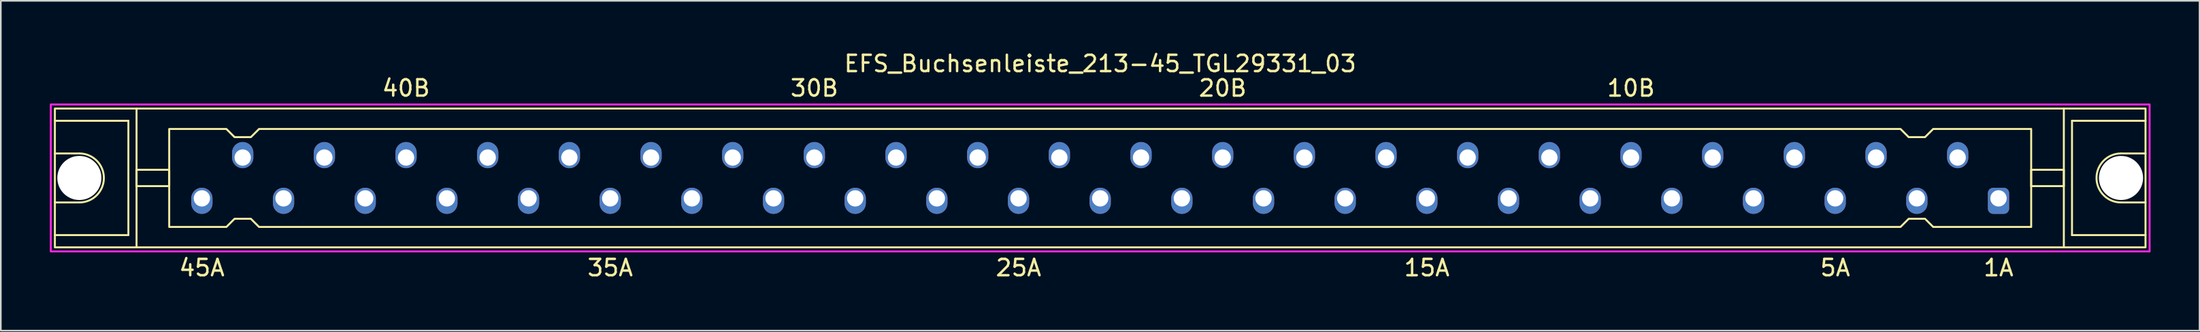
<source format=kicad_pcb>
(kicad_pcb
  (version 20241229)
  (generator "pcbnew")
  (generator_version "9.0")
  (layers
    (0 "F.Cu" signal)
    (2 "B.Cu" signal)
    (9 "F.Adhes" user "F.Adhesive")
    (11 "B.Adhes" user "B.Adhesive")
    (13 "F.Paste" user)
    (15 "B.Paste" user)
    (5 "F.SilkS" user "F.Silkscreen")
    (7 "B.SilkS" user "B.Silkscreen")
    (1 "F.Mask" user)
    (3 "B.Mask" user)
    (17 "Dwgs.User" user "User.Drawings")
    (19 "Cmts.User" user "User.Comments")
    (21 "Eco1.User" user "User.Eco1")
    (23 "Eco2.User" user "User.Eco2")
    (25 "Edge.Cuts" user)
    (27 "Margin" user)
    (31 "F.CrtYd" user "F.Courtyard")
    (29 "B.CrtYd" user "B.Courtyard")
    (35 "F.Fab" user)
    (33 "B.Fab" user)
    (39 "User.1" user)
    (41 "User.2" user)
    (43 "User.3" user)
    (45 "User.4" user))
  (footprint "EFS_Buchsenleiste_213-45_TGL29331_03"
    (layer "F.Cu")
    (at 64.31 7.848)
    (property "Reference" "EFS_Buchsenleiste_213-45_TGL29331_03" (at 0 -7 180) (layer "F.SilkS") (effects (font (size 1 1) (thickness 0.15))))
    (attr through_hole)
    (fp_line (start -64 -3.5) (end -59.5 -3.5) (stroke (width 0.12) (type solid)) (layer "F.SilkS"))
    (fp_line (start -62.5 -1.5) (end -64 -1.5) (stroke (width 0.12) (type solid)) (layer "F.SilkS"))
    (fp_line (start -62.5 1.5) (end -64 1.5) (stroke (width 0.12) (type solid)) (layer "F.SilkS"))
    (fp_line (start -59.5 -3.5) (end -59.5 3.5) (stroke (width 0.12) (type solid)) (layer "F.SilkS"))
    (fp_line (start -59.5 3.5) (end -64 3.5) (stroke (width 0.12) (type solid)) (layer "F.SilkS"))
    (fp_line (start -59 4.25) (end -59 -4.25) (stroke (width 0.12) (type solid)) (layer "F.SilkS"))
    (fp_line (start 59 4.25) (end 59 -4.25) (stroke (width 0.12) (type solid)) (layer "F.SilkS"))
    (fp_line (start 59.5 -3.5) (end 59.5 3.5) (stroke (width 0.12) (type solid)) (layer "F.SilkS"))
    (fp_line (start 59.5 3.5) (end 64 3.5) (stroke (width 0.12) (type solid)) (layer "F.SilkS"))
    (fp_line (start 62.5 -1.5) (end 64 -1.5) (stroke (width 0.12) (type solid)) (layer "F.SilkS"))
    (fp_line (start 62.5 1.5) (end 64 1.5) (stroke (width 0.12) (type solid)) (layer "F.SilkS"))
    (fp_line (start 64 -3.5) (end 59.5 -3.5) (stroke (width 0.12) (type solid)) (layer "F.SilkS"))
    (fp_rect (start -64 -4.25) (end 64 4.25) (stroke (width 0.12) (type solid)) (fill no) (layer "F.SilkS"))
    (fp_rect (start -59 -0.5) (end -57 0.5) (stroke (width 0.12) (type solid)) (fill no) (layer "F.SilkS"))
    (fp_rect (start 59 -0.5) (end 57 0.5) (stroke (width 0.12) (type solid)) (fill no) (layer "F.SilkS"))
    (fp_arc (start -62.5 -1.5) (mid -61 0) (end -62.5 1.5) (stroke (width 0.12) (type solid)) (layer "F.SilkS"))
    (fp_arc (start 62.5 1.5) (mid 61 0) (end 62.5 -1.5) (stroke (width 0.12) (type solid)) (layer "F.SilkS"))
    (fp_poly (pts (xy -53 -2.5) (xy -52 -2.5) (xy -51.5 -3) (xy 49 -3) (xy 49.5 -2.5) (xy 50.5 -2.5) (xy 51 -3) (xy 57 -3) (xy 57 3) (xy 51 3) (xy 50.5 2.5) (xy 49.5 2.5) (xy 49 3) (xy -51.5 3) (xy -52 2.5) (xy -53 2.5) (xy -53.5 3) (xy -57 3) (xy -57 -3) (xy -53.5 -3)) (stroke (width 0.12) (type solid)) (fill no) (layer "F.SilkS"))
    (fp_rect (start -64.25 -4.5) (end 64.25 4.5) (stroke (width 0.12) (type solid)) (fill no) (layer "F.CrtYd"))
    (fp_text user "45A" (at -55 5.5 180) (layer "F.SilkS") (effects (font (size 1 1) (thickness 0.15))))
    (fp_text user "5A" (at 45 5.5 180) (layer "F.SilkS") (effects (font (size 1 1) (thickness 0.15))))
    (fp_text user "25A" (at -5 5.5 180) (layer "F.SilkS") (effects (font (size 1 1) (thickness 0.15))))
    (fp_text user "15A" (at 20 5.5 180) (layer "F.SilkS") (effects (font (size 1 1) (thickness 0.15))))
    (fp_text user "30B" (at -17.5 -5.5 180) (layer "F.SilkS") (effects (font (size 1 1) (thickness 0.15))))
    (fp_text user "40B" (at -42.5 -5.5 180) (layer "F.SilkS") (effects (font (size 1 1) (thickness 0.15))))
    (fp_text user "1A" (at 55 5.5 180) (layer "F.SilkS") (effects (font (size 1 1) (thickness 0.15))))
    (fp_text user "10B" (at 32.5 -5.5 180) (layer "F.SilkS") (effects (font (size 1 1) (thickness 0.15))))
    (fp_text user "35A" (at -30 5.5 180) (layer "F.SilkS") (effects (font (size 1 1) (thickness 0.15))))
    (fp_text user "20B" (at 7.5 -5.5 180) (layer "F.SilkS") (effects (font (size 1 1) (thickness 0.15))))
    (pad "" np_thru_hole circle (at -62.5 0) (size 2.7 2.7) (drill 2.7) (layers "*.Cu" "*.Mask"))
    (pad "" np_thru_hole circle (at 62.5 0) (size 2.7 2.7) (drill 2.7) (layers "*.Cu" "*.Mask"))
    (pad "1a" thru_hole roundrect (at 55 1.25 180) (size 1.3 1.6) (drill 1 (offset 0 -0.15)) (layers "*.Cu" "*.Mask") (roundrect_rratio 0.25))
    (pad "2b" thru_hole oval (at 52.5 -1.25 180) (size 1.3 1.6) (drill 1 (offset 0 0.15)) (layers "*.Cu" "*.Mask"))
    (pad "3a" thru_hole oval (at 50 1.25 180) (size 1.3 1.6) (drill 1 (offset 0 -0.15)) (layers "*.Cu" "*.Mask"))
    (pad "4b" thru_hole oval (at 47.5 -1.25 180) (size 1.3 1.6) (drill 1 (offset 0 0.15)) (layers "*.Cu" "*.Mask"))
    (pad "5a" thru_hole oval (at 45 1.25 180) (size 1.3 1.6) (drill 1 (offset 0 -0.15)) (layers "*.Cu" "*.Mask"))
    (pad "6b" thru_hole oval (at 42.5 -1.25 180) (size 1.3 1.6) (drill 1 (offset 0 0.15)) (layers "*.Cu" "*.Mask"))
    (pad "7a" thru_hole oval (at 40 1.25 180) (size 1.3 1.6) (drill 1 (offset 0 -0.15)) (layers "*.Cu" "*.Mask"))
    (pad "8b" thru_hole oval (at 37.5 -1.25 180) (size 1.3 1.6) (drill 1 (offset 0 0.15)) (layers "*.Cu" "*.Mask"))
    (pad "9a" thru_hole oval (at 35 1.25 180) (size 1.3 1.6) (drill 1 (offset 0 -0.15)) (layers "*.Cu" "*.Mask"))
    (pad "10b" thru_hole oval (at 32.5 -1.25 180) (size 1.3 1.6) (drill 1 (offset 0 0.15)) (layers "*.Cu" "*.Mask"))
    (pad "11a" thru_hole oval (at 30 1.25 180) (size 1.3 1.6) (drill 1 (offset 0 -0.15)) (layers "*.Cu" "*.Mask"))
    (pad "12b" thru_hole oval (at 27.5 -1.25 180) (size 1.3 1.6) (drill 1 (offset 0 0.15)) (layers "*.Cu" "*.Mask"))
    (pad "13a" thru_hole oval (at 25 1.25 180) (size 1.3 1.6) (drill 1 (offset 0 -0.15)) (layers "*.Cu" "*.Mask"))
    (pad "14b" thru_hole oval (at 22.5 -1.25 180) (size 1.3 1.6) (drill 1 (offset 0 0.15)) (layers "*.Cu" "*.Mask"))
    (pad "15a" thru_hole oval (at 20 1.25 180) (size 1.3 1.6) (drill 1 (offset 0 -0.15)) (layers "*.Cu" "*.Mask"))
    (pad "16b" thru_hole oval (at 17.5 -1.25 180) (size 1.3 1.6) (drill 1 (offset 0 0.15)) (layers "*.Cu" "*.Mask"))
    (pad "17a" thru_hole oval (at 15 1.25 180) (size 1.3 1.6) (drill 1 (offset 0 -0.15)) (layers "*.Cu" "*.Mask"))
    (pad "18b" thru_hole oval (at 12.5 -1.25 180) (size 1.3 1.6) (drill 1 (offset 0 0.15)) (layers "*.Cu" "*.Mask"))
    (pad "19a" thru_hole oval (at 10 1.25 180) (size 1.3 1.6) (drill 1 (offset 0 -0.15)) (layers "*.Cu" "*.Mask"))
    (pad "20b" thru_hole oval (at 7.5 -1.25 180) (size 1.3 1.6) (drill 1 (offset 0 0.15)) (layers "*.Cu" "*.Mask"))
    (pad "21a" thru_hole oval (at 5 1.25 180) (size 1.3 1.6) (drill 1 (offset 0 -0.15)) (layers "*.Cu" "*.Mask"))
    (pad "22b" thru_hole oval (at 2.5 -1.25 180) (size 1.3 1.6) (drill 1 (offset 0 0.15)) (layers "*.Cu" "*.Mask"))
    (pad "23a" thru_hole oval (at 0 1.25 180) (size 1.3 1.6) (drill 1 (offset 0 -0.15)) (layers "*.Cu" "*.Mask"))
    (pad "24b" thru_hole oval (at -2.5 -1.25 180) (size 1.3 1.6) (drill 1 (offset 0 0.15)) (layers "*.Cu" "*.Mask"))
    (pad "25a" thru_hole oval (at -5 1.25 180) (size 1.3 1.6) (drill 1 (offset 0 -0.15)) (layers "*.Cu" "*.Mask"))
    (pad "26b" thru_hole oval (at -7.5 -1.25 180) (size 1.3 1.6) (drill 1 (offset 0 0.15)) (layers "*.Cu" "*.Mask"))
    (pad "27a" thru_hole oval (at -10 1.25 180) (size 1.3 1.6) (drill 1 (offset 0 -0.15)) (layers "*.Cu" "*.Mask"))
    (pad "28b" thru_hole oval (at -12.5 -1.25 180) (size 1.3 1.6) (drill 1 (offset 0 0.15)) (layers "*.Cu" "*.Mask"))
    (pad "29a" thru_hole oval (at -15 1.25 180) (size 1.3 1.6) (drill 1 (offset 0 -0.15)) (layers "*.Cu" "*.Mask"))
    (pad "30b" thru_hole oval (at -17.5 -1.25 180) (size 1.3 1.6) (drill 1 (offset 0 0.15)) (layers "*.Cu" "*.Mask"))
    (pad "31a" thru_hole oval (at -20 1.25 180) (size 1.3 1.6) (drill 1 (offset 0 -0.15)) (layers "*.Cu" "*.Mask"))
    (pad "32b" thru_hole oval (at -22.5 -1.25 180) (size 1.3 1.6) (drill 1 (offset 0 0.15)) (layers "*.Cu" "*.Mask"))
    (pad "33a" thru_hole oval (at -25 1.25 180) (size 1.3 1.6) (drill 1 (offset 0 -0.15)) (layers "*.Cu" "*.Mask"))
    (pad "34b" thru_hole oval (at -27.5 -1.25 180) (size 1.3 1.6) (drill 1 (offset 0 0.15)) (layers "*.Cu" "*.Mask"))
    (pad "35a" thru_hole oval (at -30 1.25 180) (size 1.3 1.6) (drill 1 (offset 0 -0.15)) (layers "*.Cu" "*.Mask"))
    (pad "36b" thru_hole oval (at -32.5 -1.25 180) (size 1.3 1.6) (drill 1 (offset 0 0.15)) (layers "*.Cu" "*.Mask"))
    (pad "37a" thru_hole oval (at -35 1.25 180) (size 1.3 1.6) (drill 1 (offset 0 -0.15)) (layers "*.Cu" "*.Mask"))
    (pad "38b" thru_hole oval (at -37.5 -1.25 180) (size 1.3 1.6) (drill 1 (offset 0 0.15)) (layers "*.Cu" "*.Mask"))
    (pad "39a" thru_hole oval (at -40 1.25 180) (size 1.3 1.6) (drill 1 (offset 0 -0.15)) (layers "*.Cu" "*.Mask"))
    (pad "40b" thru_hole oval (at -42.5 -1.25 180) (size 1.3 1.6) (drill 1 (offset 0 0.15)) (layers "*.Cu" "*.Mask"))
    (pad "41a" thru_hole oval (at -45 1.25 180) (size 1.3 1.6) (drill 1 (offset 0 -0.15)) (layers "*.Cu" "*.Mask"))
    (pad "42b" thru_hole oval (at -47.5 -1.25 180) (size 1.3 1.6) (drill 1 (offset 0 0.15)) (layers "*.Cu" "*.Mask"))
    (pad "43a" thru_hole oval (at -50 1.25 180) (size 1.3 1.6) (drill 1 (offset 0 -0.15)) (layers "*.Cu" "*.Mask"))
    (pad "44b" thru_hole oval (at -52.5 -1.25 180) (size 1.3 1.6) (drill 1 (offset 0 0.15)) (layers "*.Cu" "*.Mask"))
    (pad "45a" thru_hole oval (at -55 1.25 180) (size 1.3 1.6) (drill 1 (offset 0 -0.15)) (layers "*.Cu" "*.Mask")))
  (gr_rect
    (start -3 -3)
    (end 131.62 17.197)
    (stroke (width 0.1) (type default))
    (fill no)
    (layer "Edge.Cuts")))
</source>
